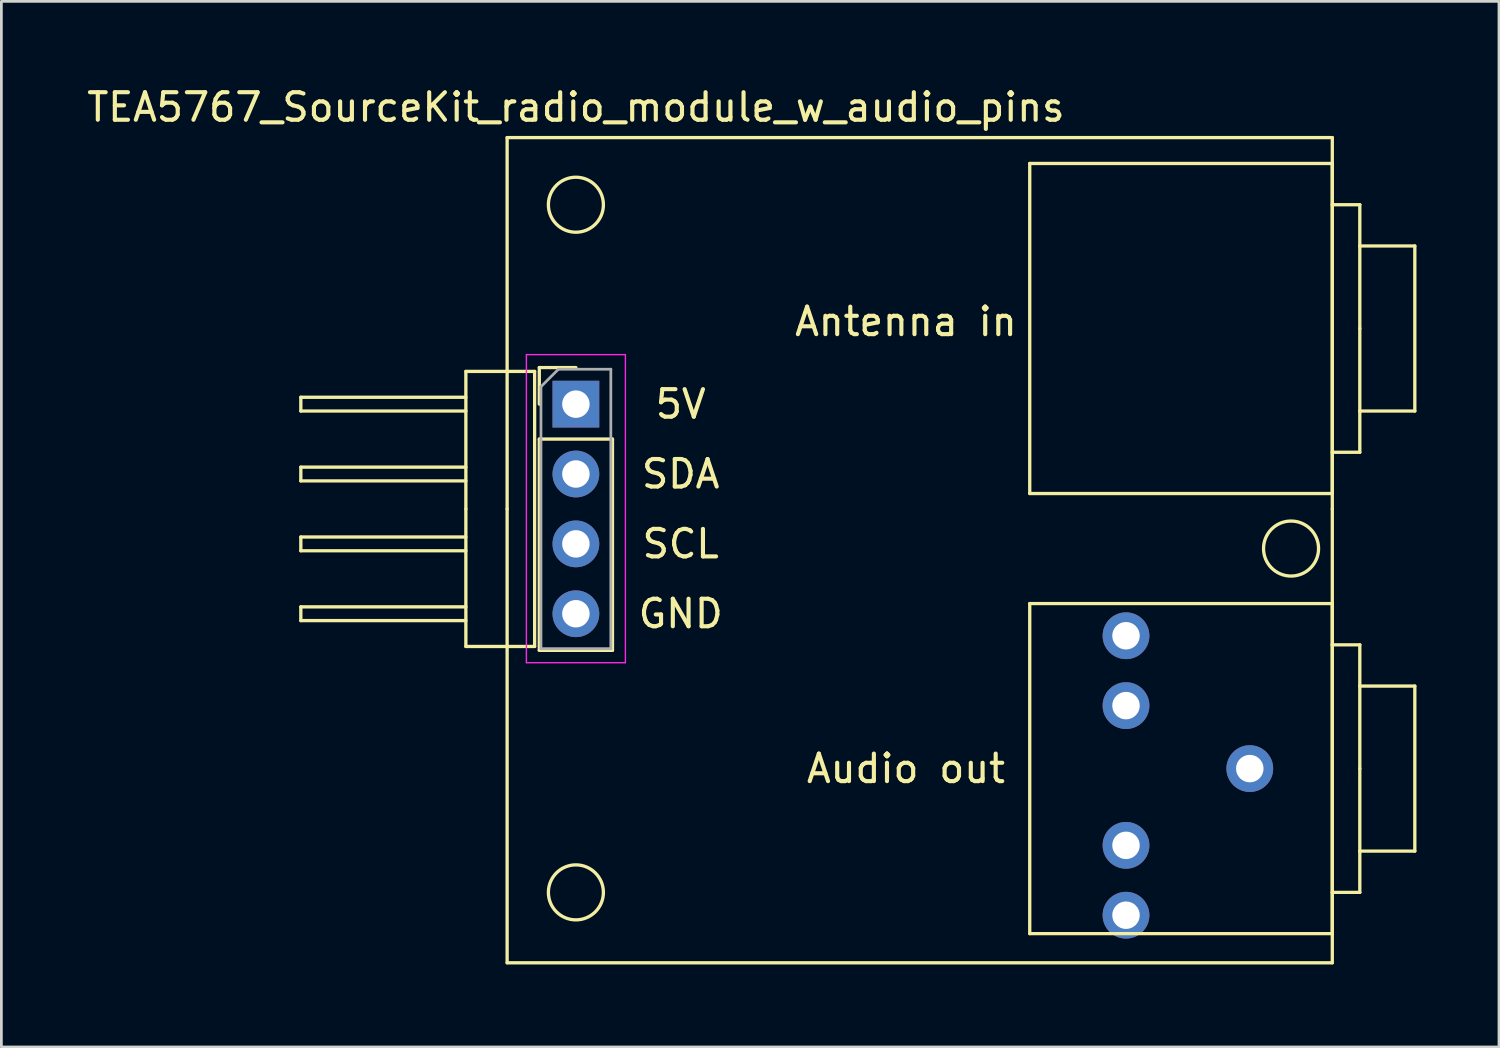
<source format=kicad_pcb>
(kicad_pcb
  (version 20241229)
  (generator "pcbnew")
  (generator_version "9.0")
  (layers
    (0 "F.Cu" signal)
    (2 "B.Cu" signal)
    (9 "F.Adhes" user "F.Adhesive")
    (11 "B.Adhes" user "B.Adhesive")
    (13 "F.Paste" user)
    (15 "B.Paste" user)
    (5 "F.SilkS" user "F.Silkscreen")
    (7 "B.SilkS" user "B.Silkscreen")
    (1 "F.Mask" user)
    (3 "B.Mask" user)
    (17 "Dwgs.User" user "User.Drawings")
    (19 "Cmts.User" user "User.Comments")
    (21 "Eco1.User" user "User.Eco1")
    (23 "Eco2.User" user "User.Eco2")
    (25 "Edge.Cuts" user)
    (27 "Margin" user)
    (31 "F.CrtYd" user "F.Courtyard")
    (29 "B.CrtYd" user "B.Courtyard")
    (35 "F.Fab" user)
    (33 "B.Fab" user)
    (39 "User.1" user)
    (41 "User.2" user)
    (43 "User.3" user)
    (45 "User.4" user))
  (footprint "TEA5767_SourceKit_radio_module_w_audio_pins"
    (layer "F.Cu")
    (at 17.887 11.643)
    (property "Reference" "TEA5767_SourceKit_radio_module_w_audio_pins" (at 0 -10.795 0) (layer "F.SilkS") (effects (font (size 1 1) (thickness 0.15))))
    (attr through_hole)
    (fp_line (start -10 -0.25) (end -10 0.25) (stroke (width 0.12) (type solid)) (layer "F.SilkS"))
    (fp_line (start -10 0.25) (end -4 0.25) (stroke (width 0.12) (type solid)) (layer "F.SilkS"))
    (fp_line (start -10 2.29) (end -10 2.79) (stroke (width 0.12) (type solid)) (layer "F.SilkS"))
    (fp_line (start -10 2.79) (end -4 2.79) (stroke (width 0.12) (type solid)) (layer "F.SilkS"))
    (fp_line (start -10 4.83) (end -10 5.33) (stroke (width 0.12) (type solid)) (layer "F.SilkS"))
    (fp_line (start -10 5.33) (end -4 5.33) (stroke (width 0.12) (type solid)) (layer "F.SilkS"))
    (fp_line (start -10 7.37) (end -10 7.87) (stroke (width 0.12) (type solid)) (layer "F.SilkS"))
    (fp_line (start -10 7.87) (end -4 7.87) (stroke (width 0.12) (type solid)) (layer "F.SilkS"))
    (fp_line (start -4 -1.19) (end -1.5 -1.19) (stroke (width 0.12) (type solid)) (layer "F.SilkS"))
    (fp_line (start -4 -0.25) (end -10 -0.25) (stroke (width 0.12) (type solid)) (layer "F.SilkS"))
    (fp_line (start -4 2.29) (end -10 2.29) (stroke (width 0.12) (type solid)) (layer "F.SilkS"))
    (fp_line (start -4 3.81) (end -4 -1.19) (stroke (width 0.12) (type solid)) (layer "F.SilkS"))
    (fp_line (start -4 4.83) (end -10 4.83) (stroke (width 0.12) (type solid)) (layer "F.SilkS"))
    (fp_line (start -4 7.37) (end -10 7.37) (stroke (width 0.12) (type solid)) (layer "F.SilkS"))
    (fp_line (start -4 8.81) (end -4 3.81) (stroke (width 0.12) (type solid)) (layer "F.SilkS"))
    (fp_line (start -2.5 -9.69) (end 27.5 -9.69) (stroke (width 0.12) (type solid)) (layer "F.SilkS"))
    (fp_line (start -2.5 3.81) (end -2.5 -9.69) (stroke (width 0.12) (type solid)) (layer "F.SilkS"))
    (fp_line (start -2.5 20.31) (end -2.5 3.81) (stroke (width 0.12) (type solid)) (layer "F.SilkS"))
    (fp_line (start -1.5 -1.19) (end -1.5 8.81) (stroke (width 0.12) (type solid)) (layer "F.SilkS"))
    (fp_line (start -1.5 8.81) (end -4 8.81) (stroke (width 0.12) (type solid)) (layer "F.SilkS"))
    (fp_line (start -1.33 -1.33) (end 0 -1.33) (stroke (width 0.12) (type solid)) (layer "F.SilkS"))
    (fp_line (start -1.33 0) (end -1.33 -1.33) (stroke (width 0.12) (type solid)) (layer "F.SilkS"))
    (fp_line (start -1.33 1.27) (end -1.33 8.95) (stroke (width 0.12) (type solid)) (layer "F.SilkS"))
    (fp_line (start -1.33 1.27) (end 1.33 1.27) (stroke (width 0.12) (type solid)) (layer "F.SilkS"))
    (fp_line (start -1.33 8.95) (end 1.33 8.95) (stroke (width 0.12) (type solid)) (layer "F.SilkS"))
    (fp_line (start 1.33 1.27) (end 1.33 8.95) (stroke (width 0.12) (type solid)) (layer "F.SilkS"))
    (fp_line (start 16.5 -8.75) (end 16.5 3.25) (stroke (width 0.12) (type solid)) (layer "F.SilkS"))
    (fp_line (start 16.5 3.25) (end 27.5 3.25) (stroke (width 0.12) (type solid)) (layer "F.SilkS"))
    (fp_line (start 16.5 7.25) (end 16.5 19.25) (stroke (width 0.12) (type solid)) (layer "F.SilkS"))
    (fp_line (start 16.5 19.25) (end 27.5 19.25) (stroke (width 0.12) (type solid)) (layer "F.SilkS"))
    (fp_line (start 27.5 -9.69) (end 27.5 3.81) (stroke (width 0.12) (type solid)) (layer "F.SilkS"))
    (fp_line (start 27.5 -8.75) (end 16.5 -8.75) (stroke (width 0.12) (type solid)) (layer "F.SilkS"))
    (fp_line (start 27.5 -7.25) (end 27.5 -8.75) (stroke (width 0.12) (type solid)) (layer "F.SilkS"))
    (fp_line (start 27.5 -7.25) (end 27.5 1.75) (stroke (width 0.12) (type solid)) (layer "F.SilkS"))
    (fp_line (start 27.5 1.75) (end 28.5 1.75) (stroke (width 0.12) (type solid)) (layer "F.SilkS"))
    (fp_line (start 27.5 3.25) (end 27.5 1.75) (stroke (width 0.12) (type solid)) (layer "F.SilkS"))
    (fp_line (start 27.5 3.81) (end 27.5 20.31) (stroke (width 0.12) (type solid)) (layer "F.SilkS"))
    (fp_line (start 27.5 7.25) (end 16.5 7.25) (stroke (width 0.12) (type solid)) (layer "F.SilkS"))
    (fp_line (start 27.5 8.75) (end 27.5 7.25) (stroke (width 0.12) (type solid)) (layer "F.SilkS"))
    (fp_line (start 27.5 8.75) (end 27.5 17.75) (stroke (width 0.12) (type solid)) (layer "F.SilkS"))
    (fp_line (start 27.5 17.75) (end 28.5 17.75) (stroke (width 0.12) (type solid)) (layer "F.SilkS"))
    (fp_line (start 27.5 19.25) (end 27.5 17.75) (stroke (width 0.12) (type solid)) (layer "F.SilkS"))
    (fp_line (start 27.5 20.31) (end -2.5 20.31) (stroke (width 0.12) (type solid)) (layer "F.SilkS"))
    (fp_line (start 28.5 -7.25) (end 27.5 -7.25) (stroke (width 0.12) (type solid)) (layer "F.SilkS"))
    (fp_line (start 28.5 -5.75) (end 28.5 -7.25) (stroke (width 0.12) (type solid)) (layer "F.SilkS"))
    (fp_line (start 28.5 -5.75) (end 30.5 -5.75) (stroke (width 0.12) (type solid)) (layer "F.SilkS"))
    (fp_line (start 28.5 -2.75) (end 28.5 -5.75) (stroke (width 0.12) (type solid)) (layer "F.SilkS"))
    (fp_line (start 28.5 0.25) (end 28.5 -2.75) (stroke (width 0.12) (type solid)) (layer "F.SilkS"))
    (fp_line (start 28.5 1.75) (end 28.5 0.25) (stroke (width 0.12) (type solid)) (layer "F.SilkS"))
    (fp_line (start 28.5 8.75) (end 27.5 8.75) (stroke (width 0.12) (type solid)) (layer "F.SilkS"))
    (fp_line (start 28.5 10.25) (end 28.5 8.75) (stroke (width 0.12) (type solid)) (layer "F.SilkS"))
    (fp_line (start 28.5 10.25) (end 30.5 10.25) (stroke (width 0.12) (type solid)) (layer "F.SilkS"))
    (fp_line (start 28.5 13.25) (end 28.5 10.25) (stroke (width 0.12) (type solid)) (layer "F.SilkS"))
    (fp_line (start 28.5 16.25) (end 28.5 13.25) (stroke (width 0.12) (type solid)) (layer "F.SilkS"))
    (fp_line (start 28.5 17.75) (end 28.5 16.25) (stroke (width 0.12) (type solid)) (layer "F.SilkS"))
    (fp_line (start 30.5 -5.75) (end 30.5 0.25) (stroke (width 0.12) (type solid)) (layer "F.SilkS"))
    (fp_line (start 30.5 0.25) (end 28.5 0.25) (stroke (width 0.12) (type solid)) (layer "F.SilkS"))
    (fp_line (start 30.5 10.25) (end 30.5 16.25) (stroke (width 0.12) (type solid)) (layer "F.SilkS"))
    (fp_line (start 30.5 16.25) (end 28.5 16.25) (stroke (width 0.12) (type solid)) (layer "F.SilkS"))
    (fp_circle (center 0 -7.25) (end 1 -7.25) (stroke (width 0.12) (type solid)) (fill no) (layer "F.SilkS"))
    (fp_circle (center 0 17.75) (end 1 17.75) (stroke (width 0.12) (type solid)) (fill no) (layer "F.SilkS"))
    (fp_circle (center 26 5.25) (end 27 5.25) (stroke (width 0.12) (type solid)) (fill no) (layer "F.SilkS"))
    (fp_line (start -1.8 -1.8) (end -1.8 9.4) (stroke (width 0.05) (type solid)) (layer "F.CrtYd"))
    (fp_line (start -1.8 9.4) (end 1.8 9.4) (stroke (width 0.05) (type solid)) (layer "F.CrtYd"))
    (fp_line (start 1.8 -1.8) (end -1.8 -1.8) (stroke (width 0.05) (type solid)) (layer "F.CrtYd"))
    (fp_line (start 1.8 9.4) (end 1.8 -1.8) (stroke (width 0.05) (type solid)) (layer "F.CrtYd"))
    (fp_line (start -1.27 -0.635) (end -0.635 -1.27) (stroke (width 0.1) (type solid)) (layer "F.Fab"))
    (fp_line (start -1.27 8.89) (end -1.27 -0.635) (stroke (width 0.1) (type solid)) (layer "F.Fab"))
    (fp_line (start -0.635 -1.27) (end 1.27 -1.27) (stroke (width 0.1) (type solid)) (layer "F.Fab"))
    (fp_line (start 1.27 -1.27) (end 1.27 8.89) (stroke (width 0.1) (type solid)) (layer "F.Fab"))
    (fp_line (start 1.27 8.89) (end -1.27 8.89) (stroke (width 0.1) (type solid)) (layer "F.Fab"))
    (fp_text user "Antenna in" (at 12 -3 0) (layer "F.SilkS") (effects (font (size 1 1) (thickness 0.15))))
    (fp_text user "SDA" (at 3.81 2.54 0) (layer "F.SilkS") (effects (font (size 1 1) (thickness 0.15))))
    (fp_text user "SCL" (at 3.81 5.08 0) (layer "F.SilkS") (effects (font (size 1 1) (thickness 0.15))))
    (fp_text user "GND" (at 3.81 7.62 0) (layer "F.SilkS") (effects (font (size 1 1) (thickness 0.15))))
    (fp_text user "Audio out" (at 12 13.25 0) (layer "F.SilkS") (effects (font (size 1 1) (thickness 0.15))))
    (fp_text user "5V" (at 3.81 0 0) (layer "F.SilkS") (effects (font (size 1 1) (thickness 0.15))))
    (pad "1" thru_hole rect (at 0 0) (size 1.7 1.7) (drill 1) (layers "*.Cu" "*.Mask"))
    (pad "2" thru_hole oval (at 0 2.54) (size 1.7 1.7) (drill 1) (layers "*.Cu" "*.Mask"))
    (pad "3" thru_hole oval (at 0 5.08) (size 1.7 1.7) (drill 1) (layers "*.Cu" "*.Mask"))
    (pad "4" thru_hole oval (at 0 7.62) (size 1.7 1.7) (drill 1) (layers "*.Cu" "*.Mask"))
    (pad "5" thru_hole oval (at 24.5 13.25) (size 1.7 1.7) (drill 1) (layers "*.Cu" "*.Mask"))
    (pad "6" thru_hole oval (at 20 10.96) (size 1.7 1.7) (drill 1) (layers "*.Cu" "*.Mask"))
    (pad "7" thru_hole oval (at 20 8.42) (size 1.7 1.7) (drill 1) (layers "*.Cu" "*.Mask"))
    (pad "8" thru_hole oval (at 20 16.04) (size 1.7 1.7) (drill 1) (layers "*.Cu" "*.Mask"))
    (pad "9" thru_hole oval (at 20 18.58) (size 1.7 1.7) (drill 1) (layers "*.Cu" "*.Mask")))
  (gr_rect
    (start -3 -3)
    (end 51.447 35.013)
    (stroke (width 0.1) (type default))
    (fill no)
    (layer "Edge.Cuts")))
</source>
